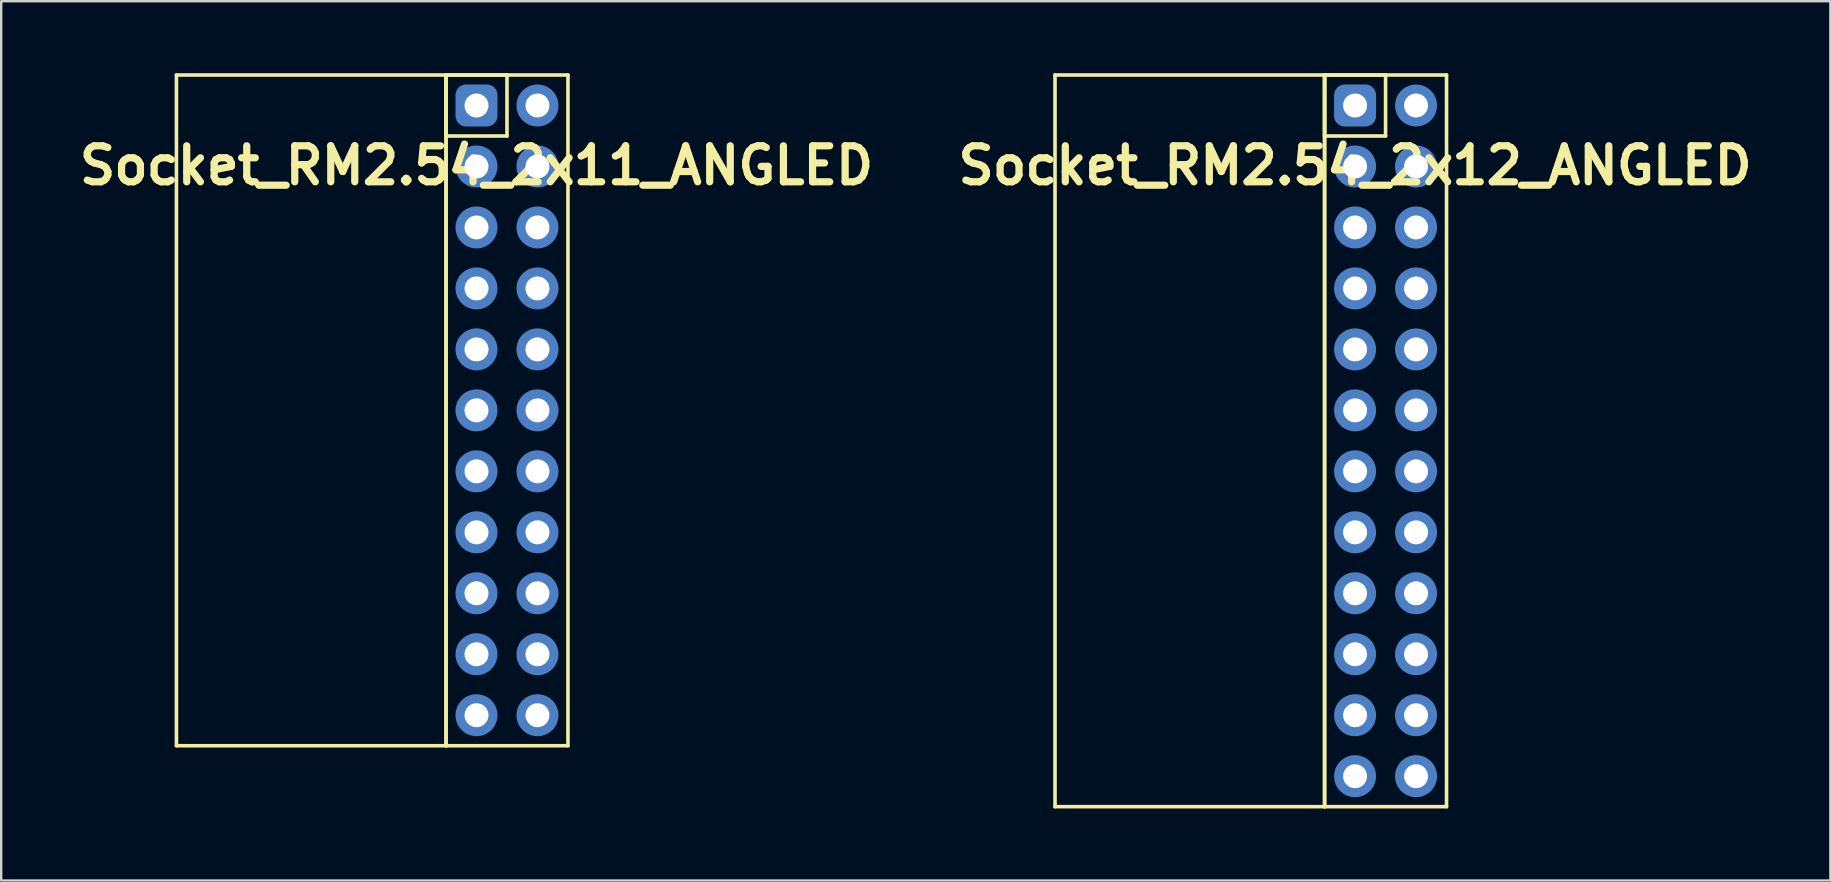
<source format=kicad_pcb>
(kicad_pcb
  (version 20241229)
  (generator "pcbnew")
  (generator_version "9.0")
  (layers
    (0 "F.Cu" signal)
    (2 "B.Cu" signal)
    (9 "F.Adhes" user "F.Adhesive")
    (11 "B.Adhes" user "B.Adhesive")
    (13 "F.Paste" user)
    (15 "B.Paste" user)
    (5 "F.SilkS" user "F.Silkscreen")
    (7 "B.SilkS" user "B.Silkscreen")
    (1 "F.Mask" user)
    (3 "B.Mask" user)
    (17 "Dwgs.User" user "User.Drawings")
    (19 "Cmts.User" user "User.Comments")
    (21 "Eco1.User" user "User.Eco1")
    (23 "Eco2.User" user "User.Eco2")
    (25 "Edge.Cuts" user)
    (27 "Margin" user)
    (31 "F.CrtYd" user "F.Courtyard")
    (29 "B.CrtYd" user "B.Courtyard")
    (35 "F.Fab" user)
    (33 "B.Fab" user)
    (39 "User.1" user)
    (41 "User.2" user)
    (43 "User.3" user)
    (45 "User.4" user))
  (footprint "Socket_RM2.54_2x11_ANGLED"
    (layer "F.Cu")
    (at 16.8 1.345)
    (property "Reference" "Socket_RM2.54_2x11_ANGLED" (at 0 2.5 0) (layer "F.SilkS") (effects (font (size 1.5 1.5) (thickness 0.3))))
    (attr through_hole)
    (fp_line (start -12.5 -1.27) (end -1.27 -1.27) (stroke (width 0.15) (type solid)) (layer "F.SilkS"))
    (fp_line (start -12.5 26.67) (end -12.5 -1.27) (stroke (width 0.15) (type solid)) (layer "F.SilkS"))
    (fp_line (start -1.27 -1.27) (end -1.27 26.67) (stroke (width 0.15) (type solid)) (layer "F.SilkS"))
    (fp_line (start -1.27 -1.27) (end 1.27 -1.27) (stroke (width 0.15) (type solid)) (layer "F.SilkS"))
    (fp_line (start -1.27 -1.27) (end 3.81 -1.27) (stroke (width 0.15) (type solid)) (layer "F.SilkS"))
    (fp_line (start -1.27 1.27) (end -1.27 -1.27) (stroke (width 0.15) (type solid)) (layer "F.SilkS"))
    (fp_line (start -1.27 26.67) (end -12.5 26.67) (stroke (width 0.15) (type solid)) (layer "F.SilkS"))
    (fp_line (start -1.27 26.67) (end -1.27 -1.27) (stroke (width 0.15) (type solid)) (layer "F.SilkS"))
    (fp_line (start 1.27 -1.27) (end 1.27 1.27) (stroke (width 0.15) (type solid)) (layer "F.SilkS"))
    (fp_line (start 1.27 1.27) (end -1.27 1.27) (stroke (width 0.15) (type solid)) (layer "F.SilkS"))
    (fp_line (start 3.81 -1.27) (end 3.81 26.67) (stroke (width 0.15) (type solid)) (layer "F.SilkS"))
    (fp_line (start 3.81 26.67) (end -1.27 26.67) (stroke (width 0.15) (type solid)) (layer "F.SilkS"))
    (pad "1" thru_hole circle (at 0 0) (size 1.3 1.3) (drill 1) (layers "*.Cu" "*.Mask"))
    (pad "1" smd roundrect (at 0 0) (size 1.5 1.5) (layers "F.Cu" "F.Mask") (roundrect_rratio 0.25))
    (pad "1" smd roundrect (at 0 0) (size 1.75 1.75) (layers "B.Cu" "B.Mask") (roundrect_rratio 0.25))
    (pad "2" thru_hole circle (at 2.54 0) (size 1.3 1.3) (drill 1) (layers "*.Cu" "*.Mask"))
    (pad "2" smd circle (at 2.54 0) (size 1.5 1.5) (layers "F.Cu" "F.Mask"))
    (pad "2" smd circle (at 2.54 0) (size 1.75 1.75) (layers "B.Cu" "B.Mask"))
    (pad "3" thru_hole circle (at 0 2.54) (size 1.3 1.3) (drill 1) (layers "*.Cu" "*.Mask"))
    (pad "3" smd circle (at 0 2.54) (size 1.5 1.5) (layers "F.Cu" "F.Mask"))
    (pad "3" smd circle (at 0 2.54) (size 1.75 1.75) (layers "B.Cu" "B.Mask"))
    (pad "4" thru_hole circle (at 2.54 2.54) (size 1.3 1.3) (drill 1) (layers "*.Cu" "*.Mask"))
    (pad "4" smd circle (at 2.54 2.54) (size 1.5 1.5) (layers "F.Cu" "F.Mask"))
    (pad "4" smd circle (at 2.54 2.54) (size 1.75 1.75) (layers "B.Cu" "B.Mask"))
    (pad "5" thru_hole circle (at 0 5.08) (size 1.3 1.3) (drill 1) (layers "*.Cu" "*.Mask"))
    (pad "5" smd circle (at 0 5.08) (size 1.5 1.5) (layers "F.Cu" "F.Mask"))
    (pad "5" smd circle (at 0 5.08) (size 1.75 1.75) (layers "B.Cu" "B.Mask"))
    (pad "6" thru_hole circle (at 2.54 5.08) (size 1.3 1.3) (drill 1) (layers "*.Cu" "*.Mask"))
    (pad "6" smd circle (at 2.54 5.08) (size 1.5 1.5) (layers "F.Cu" "F.Mask"))
    (pad "6" smd circle (at 2.54 5.08) (size 1.75 1.75) (layers "B.Cu" "B.Mask"))
    (pad "7" thru_hole circle (at 0 7.62) (size 1.3 1.3) (drill 1) (layers "*.Cu" "*.Mask"))
    (pad "7" smd circle (at 0 7.62) (size 1.5 1.5) (layers "F.Cu" "F.Mask"))
    (pad "7" smd circle (at 0 7.62) (size 1.75 1.75) (layers "B.Cu" "B.Mask"))
    (pad "8" thru_hole circle (at 2.54 7.62) (size 1.3 1.3) (drill 1) (layers "*.Cu" "*.Mask"))
    (pad "8" smd circle (at 2.54 7.62) (size 1.5 1.5) (layers "F.Cu" "F.Mask"))
    (pad "8" smd circle (at 2.54 7.62) (size 1.75 1.75) (layers "B.Cu" "B.Mask"))
    (pad "9" thru_hole circle (at 0 10.16) (size 1.3 1.3) (drill 1) (layers "*.Cu" "*.Mask"))
    (pad "9" smd circle (at 0 10.16) (size 1.5 1.5) (layers "F.Cu" "F.Mask"))
    (pad "9" smd circle (at 0 10.16) (size 1.75 1.75) (layers "B.Cu" "B.Mask"))
    (pad "10" thru_hole circle (at 2.54 10.16) (size 1.3 1.3) (drill 1) (layers "*.Cu" "*.Mask"))
    (pad "10" smd circle (at 2.54 10.16) (size 1.5 1.5) (layers "F.Cu" "F.Mask"))
    (pad "10" smd circle (at 2.54 10.16) (size 1.75 1.75) (layers "B.Cu" "B.Mask"))
    (pad "11" thru_hole circle (at 0 12.7) (size 1.3 1.3) (drill 1) (layers "*.Cu" "*.Mask"))
    (pad "11" smd circle (at 0 12.7) (size 1.5 1.5) (layers "F.Cu" "F.Mask"))
    (pad "11" smd circle (at 0 12.7) (size 1.75 1.75) (layers "B.Cu" "B.Mask"))
    (pad "12" thru_hole circle (at 2.54 12.7) (size 1.3 1.3) (drill 1) (layers "*.Cu" "*.Mask"))
    (pad "12" smd circle (at 2.54 12.7) (size 1.5 1.5) (layers "F.Cu" "F.Mask"))
    (pad "12" smd circle (at 2.54 12.7) (size 1.75 1.75) (layers "B.Cu" "B.Mask"))
    (pad "13" thru_hole circle (at 0 15.24) (size 1.3 1.3) (drill 1) (layers "*.Cu" "*.Mask"))
    (pad "13" smd circle (at 0 15.24) (size 1.5 1.5) (layers "F.Cu" "F.Mask"))
    (pad "13" smd circle (at 0 15.24) (size 1.75 1.75) (layers "B.Cu" "B.Mask"))
    (pad "14" thru_hole circle (at 2.54 15.24) (size 1.3 1.3) (drill 1) (layers "*.Cu" "*.Mask"))
    (pad "14" smd circle (at 2.54 15.24) (size 1.5 1.5) (layers "F.Cu" "F.Mask"))
    (pad "14" smd circle (at 2.54 15.24) (size 1.75 1.75) (layers "B.Cu" "B.Mask"))
    (pad "15" thru_hole circle (at 0 17.78) (size 1.3 1.3) (drill 1) (layers "*.Cu" "*.Mask"))
    (pad "15" smd circle (at 0 17.78) (size 1.5 1.5) (layers "F.Cu" "F.Mask"))
    (pad "15" smd circle (at 0 17.78) (size 1.75 1.75) (layers "B.Cu" "B.Mask"))
    (pad "16" thru_hole circle (at 2.54 17.78) (size 1.3 1.3) (drill 1) (layers "*.Cu" "*.Mask"))
    (pad "16" smd circle (at 2.54 17.78) (size 1.5 1.5) (layers "F.Cu" "F.Mask"))
    (pad "16" smd circle (at 2.54 17.78) (size 1.75 1.75) (layers "B.Cu" "B.Mask"))
    (pad "17" thru_hole circle (at 0 20.32) (size 1.3 1.3) (drill 1) (layers "*.Cu" "*.Mask"))
    (pad "17" smd circle (at 0 20.32) (size 1.5 1.5) (layers "F.Cu" "F.Mask"))
    (pad "17" smd circle (at 0 20.32) (size 1.75 1.75) (layers "B.Cu" "B.Mask"))
    (pad "18" thru_hole circle (at 2.54 20.32) (size 1.3 1.3) (drill 1) (layers "*.Cu" "*.Mask"))
    (pad "18" smd circle (at 2.54 20.32) (size 1.5 1.5) (layers "F.Cu" "F.Mask"))
    (pad "18" smd circle (at 2.54 20.32) (size 1.75 1.75) (layers "B.Cu" "B.Mask"))
    (pad "19" thru_hole circle (at 0 22.86) (size 1.3 1.3) (drill 1) (layers "*.Cu" "*.Mask"))
    (pad "19" smd circle (at 0 22.86) (size 1.5 1.5) (layers "F.Cu" "F.Mask"))
    (pad "19" smd circle (at 0 22.86) (size 1.75 1.75) (layers "B.Cu" "B.Mask"))
    (pad "20" thru_hole circle (at 2.54 22.86) (size 1.3 1.3) (drill 1) (layers "*.Cu" "*.Mask"))
    (pad "20" smd circle (at 2.54 22.86) (size 1.5 1.5) (layers "F.Cu" "F.Mask"))
    (pad "20" smd circle (at 2.54 22.86) (size 1.75 1.75) (layers "B.Cu" "B.Mask"))
    (pad "21" thru_hole circle (at 0 25.4) (size 1.3 1.3) (drill 1) (layers "*.Cu" "*.Mask"))
    (pad "21" smd circle (at 0 25.4) (size 1.5 1.5) (layers "F.Cu" "F.Mask"))
    (pad "21" smd circle (at 0 25.4) (size 1.75 1.75) (layers "B.Cu" "B.Mask"))
    (pad "22" thru_hole circle (at 2.54 25.4) (size 1.3 1.3) (drill 1) (layers "*.Cu" "*.Mask"))
    (pad "22" smd circle (at 2.54 25.4) (size 1.5 1.5) (layers "F.Cu" "F.Mask"))
    (pad "22" smd circle (at 2.54 25.4) (size 1.75 1.75) (layers "B.Cu" "B.Mask")))
  (footprint "Socket_RM2.54_2x12_ANGLED"
    (layer "F.Cu")
    (at 53.4 1.345)
    (property "Reference" "Socket_RM2.54_2x12_ANGLED" (at 0 2.5 0) (layer "F.SilkS") (effects (font (size 1.5 1.5) (thickness 0.3))))
    (attr through_hole)
    (fp_line (start -12.5 -1.27) (end -1.27 -1.27) (stroke (width 0.15) (type solid)) (layer "F.SilkS"))
    (fp_line (start -12.5 29.21) (end -12.5 -1.27) (stroke (width 0.15) (type solid)) (layer "F.SilkS"))
    (fp_line (start -1.27 -1.27) (end -1.27 29.21) (stroke (width 0.15) (type solid)) (layer "F.SilkS"))
    (fp_line (start -1.27 -1.27) (end 1.27 -1.27) (stroke (width 0.15) (type solid)) (layer "F.SilkS"))
    (fp_line (start -1.27 -1.27) (end 3.81 -1.27) (stroke (width 0.15) (type solid)) (layer "F.SilkS"))
    (fp_line (start -1.27 1.27) (end -1.27 -1.27) (stroke (width 0.15) (type solid)) (layer "F.SilkS"))
    (fp_line (start -1.27 29.21) (end -12.5 29.21) (stroke (width 0.15) (type solid)) (layer "F.SilkS"))
    (fp_line (start -1.27 29.21) (end -1.27 -1.27) (stroke (width 0.15) (type solid)) (layer "F.SilkS"))
    (fp_line (start 1.27 -1.27) (end 1.27 1.27) (stroke (width 0.15) (type solid)) (layer "F.SilkS"))
    (fp_line (start 1.27 1.27) (end -1.27 1.27) (stroke (width 0.15) (type solid)) (layer "F.SilkS"))
    (fp_line (start 3.81 -1.27) (end 3.81 29.21) (stroke (width 0.15) (type solid)) (layer "F.SilkS"))
    (fp_line (start 3.81 29.21) (end -1.27 29.21) (stroke (width 0.15) (type solid)) (layer "F.SilkS"))
    (pad "1" thru_hole circle (at 0 0) (size 1.3 1.3) (drill 1) (layers "*.Cu" "*.Mask"))
    (pad "1" smd roundrect (at 0 0) (size 1.5 1.5) (layers "F.Cu" "F.Mask") (roundrect_rratio 0.25))
    (pad "1" smd roundrect (at 0 0) (size 1.75 1.75) (layers "B.Cu" "B.Mask") (roundrect_rratio 0.25))
    (pad "2" thru_hole circle (at 2.54 0) (size 1.3 1.3) (drill 1) (layers "*.Cu" "*.Mask"))
    (pad "2" smd circle (at 2.54 0) (size 1.5 1.5) (layers "F.Cu" "F.Mask"))
    (pad "2" smd circle (at 2.54 0) (size 1.75 1.75) (layers "B.Cu" "B.Mask"))
    (pad "3" thru_hole circle (at 0 2.54) (size 1.3 1.3) (drill 1) (layers "*.Cu" "*.Mask"))
    (pad "3" smd circle (at 0 2.54) (size 1.5 1.5) (layers "F.Cu" "F.Mask"))
    (pad "3" smd circle (at 0 2.54) (size 1.75 1.75) (layers "B.Cu" "B.Mask"))
    (pad "4" thru_hole circle (at 2.54 2.54) (size 1.3 1.3) (drill 1) (layers "*.Cu" "*.Mask"))
    (pad "4" smd circle (at 2.54 2.54) (size 1.5 1.5) (layers "F.Cu" "F.Mask"))
    (pad "4" smd circle (at 2.54 2.54) (size 1.75 1.75) (layers "B.Cu" "B.Mask"))
    (pad "5" thru_hole circle (at 0 5.08) (size 1.3 1.3) (drill 1) (layers "*.Cu" "*.Mask"))
    (pad "5" smd circle (at 0 5.08) (size 1.5 1.5) (layers "F.Cu" "F.Mask"))
    (pad "5" smd circle (at 0 5.08) (size 1.75 1.75) (layers "B.Cu" "B.Mask"))
    (pad "6" thru_hole circle (at 2.54 5.08) (size 1.3 1.3) (drill 1) (layers "*.Cu" "*.Mask"))
    (pad "6" smd circle (at 2.54 5.08) (size 1.5 1.5) (layers "F.Cu" "F.Mask"))
    (pad "6" smd circle (at 2.54 5.08) (size 1.75 1.75) (layers "B.Cu" "B.Mask"))
    (pad "7" thru_hole circle (at 0 7.62) (size 1.3 1.3) (drill 1) (layers "*.Cu" "*.Mask"))
    (pad "7" smd circle (at 0 7.62) (size 1.5 1.5) (layers "F.Cu" "F.Mask"))
    (pad "7" smd circle (at 0 7.62) (size 1.75 1.75) (layers "B.Cu" "B.Mask"))
    (pad "8" thru_hole circle (at 2.54 7.62) (size 1.3 1.3) (drill 1) (layers "*.Cu" "*.Mask"))
    (pad "8" smd circle (at 2.54 7.62) (size 1.5 1.5) (layers "F.Cu" "F.Mask"))
    (pad "8" smd circle (at 2.54 7.62) (size 1.75 1.75) (layers "B.Cu" "B.Mask"))
    (pad "9" thru_hole circle (at 0 10.16) (size 1.3 1.3) (drill 1) (layers "*.Cu" "*.Mask"))
    (pad "9" smd circle (at 0 10.16) (size 1.5 1.5) (layers "F.Cu" "F.Mask"))
    (pad "9" smd circle (at 0 10.16) (size 1.75 1.75) (layers "B.Cu" "B.Mask"))
    (pad "10" thru_hole circle (at 2.54 10.16) (size 1.3 1.3) (drill 1) (layers "*.Cu" "*.Mask"))
    (pad "10" smd circle (at 2.54 10.16) (size 1.5 1.5) (layers "F.Cu" "F.Mask"))
    (pad "10" smd circle (at 2.54 10.16) (size 1.75 1.75) (layers "B.Cu" "B.Mask"))
    (pad "11" thru_hole circle (at 0 12.7) (size 1.3 1.3) (drill 1) (layers "*.Cu" "*.Mask"))
    (pad "11" smd circle (at 0 12.7) (size 1.5 1.5) (layers "F.Cu" "F.Mask"))
    (pad "11" smd circle (at 0 12.7) (size 1.75 1.75) (layers "B.Cu" "B.Mask"))
    (pad "12" thru_hole circle (at 2.54 12.7) (size 1.3 1.3) (drill 1) (layers "*.Cu" "*.Mask"))
    (pad "12" smd circle (at 2.54 12.7) (size 1.5 1.5) (layers "F.Cu" "F.Mask"))
    (pad "12" smd circle (at 2.54 12.7) (size 1.75 1.75) (layers "B.Cu" "B.Mask"))
    (pad "13" thru_hole circle (at 0 15.24) (size 1.3 1.3) (drill 1) (layers "*.Cu" "*.Mask"))
    (pad "13" smd circle (at 0 15.24) (size 1.5 1.5) (layers "F.Cu" "F.Mask"))
    (pad "13" smd circle (at 0 15.24) (size 1.75 1.75) (layers "B.Cu" "B.Mask"))
    (pad "14" thru_hole circle (at 2.54 15.24) (size 1.3 1.3) (drill 1) (layers "*.Cu" "*.Mask"))
    (pad "14" smd circle (at 2.54 15.24) (size 1.5 1.5) (layers "F.Cu" "F.Mask"))
    (pad "14" smd circle (at 2.54 15.24) (size 1.75 1.75) (layers "B.Cu" "B.Mask"))
    (pad "15" thru_hole circle (at 0 17.78) (size 1.3 1.3) (drill 1) (layers "*.Cu" "*.Mask"))
    (pad "15" smd circle (at 0 17.78) (size 1.5 1.5) (layers "F.Cu" "F.Mask"))
    (pad "15" smd circle (at 0 17.78) (size 1.75 1.75) (layers "B.Cu" "B.Mask"))
    (pad "16" thru_hole circle (at 2.54 17.78) (size 1.3 1.3) (drill 1) (layers "*.Cu" "*.Mask"))
    (pad "16" smd circle (at 2.54 17.78) (size 1.5 1.5) (layers "F.Cu" "F.Mask"))
    (pad "16" smd circle (at 2.54 17.78) (size 1.75 1.75) (layers "B.Cu" "B.Mask"))
    (pad "17" thru_hole circle (at 0 20.32) (size 1.3 1.3) (drill 1) (layers "*.Cu" "*.Mask"))
    (pad "17" smd circle (at 0 20.32) (size 1.5 1.5) (layers "F.Cu" "F.Mask"))
    (pad "17" smd circle (at 0 20.32) (size 1.75 1.75) (layers "B.Cu" "B.Mask"))
    (pad "18" thru_hole circle (at 2.54 20.32) (size 1.3 1.3) (drill 1) (layers "*.Cu" "*.Mask"))
    (pad "18" smd circle (at 2.54 20.32) (size 1.5 1.5) (layers "F.Cu" "F.Mask"))
    (pad "18" smd circle (at 2.54 20.32) (size 1.75 1.75) (layers "B.Cu" "B.Mask"))
    (pad "19" thru_hole circle (at 0 22.86) (size 1.3 1.3) (drill 1) (layers "*.Cu" "*.Mask"))
    (pad "19" smd circle (at 0 22.86) (size 1.5 1.5) (layers "F.Cu" "F.Mask"))
    (pad "19" smd circle (at 0 22.86) (size 1.75 1.75) (layers "B.Cu" "B.Mask"))
    (pad "20" thru_hole circle (at 2.54 22.86) (size 1.3 1.3) (drill 1) (layers "*.Cu" "*.Mask"))
    (pad "20" smd circle (at 2.54 22.86) (size 1.5 1.5) (layers "F.Cu" "F.Mask"))
    (pad "20" smd circle (at 2.54 22.86) (size 1.75 1.75) (layers "B.Cu" "B.Mask"))
    (pad "21" thru_hole circle (at 0 25.4) (size 1.3 1.3) (drill 1) (layers "*.Cu" "*.Mask"))
    (pad "21" smd circle (at 0 25.4) (size 1.5 1.5) (layers "F.Cu" "F.Mask"))
    (pad "21" smd circle (at 0 25.4) (size 1.75 1.75) (layers "B.Cu" "B.Mask"))
    (pad "22" thru_hole circle (at 2.54 25.4) (size 1.3 1.3) (drill 1) (layers "*.Cu" "*.Mask"))
    (pad "22" smd circle (at 2.54 25.4) (size 1.5 1.5) (layers "F.Cu" "F.Mask"))
    (pad "22" smd circle (at 2.54 25.4) (size 1.75 1.75) (layers "B.Cu" "B.Mask"))
    (pad "23" thru_hole circle (at 0 27.94) (size 1.3 1.3) (drill 1) (layers "*.Cu" "*.Mask"))
    (pad "23" smd circle (at 0 27.94) (size 1.5 1.5) (layers "F.Cu" "F.Mask"))
    (pad "23" smd circle (at 0 27.94) (size 1.75 1.75) (layers "B.Cu" "B.Mask"))
    (pad "24" thru_hole circle (at 2.54 27.94) (size 1.3 1.3) (drill 1) (layers "*.Cu" "*.Mask"))
    (pad "24" smd circle (at 2.54 27.94) (size 1.5 1.5) (layers "F.Cu" "F.Mask"))
    (pad "24" smd circle (at 2.54 27.94) (size 1.75 1.75) (layers "B.Cu" "B.Mask")))
  (gr_rect
    (start -3 -3)
    (end 73.2 33.63)
    (stroke (width 0.1) (type default))
    (fill no)
    (layer "Edge.Cuts")))
</source>
